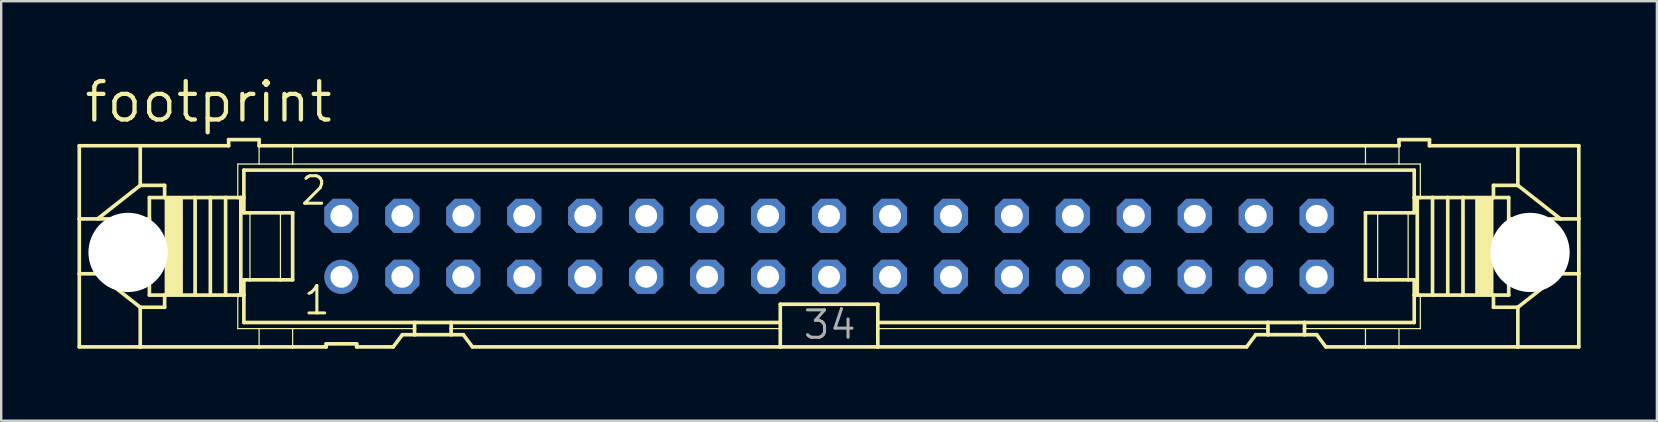
<source format=kicad_pcb>
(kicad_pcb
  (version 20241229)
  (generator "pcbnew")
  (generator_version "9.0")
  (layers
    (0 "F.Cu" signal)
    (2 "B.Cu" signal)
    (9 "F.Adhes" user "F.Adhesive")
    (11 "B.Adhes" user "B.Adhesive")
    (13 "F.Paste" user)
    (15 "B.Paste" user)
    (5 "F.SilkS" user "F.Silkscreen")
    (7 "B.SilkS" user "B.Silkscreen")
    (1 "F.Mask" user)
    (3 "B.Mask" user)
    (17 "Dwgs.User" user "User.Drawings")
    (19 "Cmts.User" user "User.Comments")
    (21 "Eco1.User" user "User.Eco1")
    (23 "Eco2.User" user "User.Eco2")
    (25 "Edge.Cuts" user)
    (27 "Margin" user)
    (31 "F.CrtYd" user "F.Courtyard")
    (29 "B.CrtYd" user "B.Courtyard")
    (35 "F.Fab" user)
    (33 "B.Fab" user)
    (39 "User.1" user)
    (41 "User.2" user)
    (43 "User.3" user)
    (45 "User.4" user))
  (footprint "footprint"
    (layer "F.Cu")
    (at 31.496 7.214)
    (property "Reference" "footprint" (at -31.115 -5.08 0) (layer "F.SilkS") (effects (font (size 1.6 1.6) (thickness 0.178)) (justify left bottom)))
    (fp_line (start -31.242 -4.191) (end -31.242 -1.143) (stroke (width 0.152) (type solid)) (layer "F.SilkS"))
    (fp_line (start -31.242 -4.191) (end -28.702 -4.191) (stroke (width 0.152) (type solid)) (layer "F.SilkS"))
    (fp_line (start -31.242 -1.143) (end -31.242 1.143) (stroke (width 0.152) (type solid)) (layer "F.SilkS"))
    (fp_line (start -31.242 -1.143) (end -30.48 -1.143) (stroke (width 0.152) (type solid)) (layer "F.SilkS"))
    (fp_line (start -31.242 1.143) (end -31.242 4.191) (stroke (width 0.152) (type solid)) (layer "F.SilkS"))
    (fp_line (start -31.242 1.143) (end -30.48 1.143) (stroke (width 0.152) (type solid)) (layer "F.SilkS"))
    (fp_line (start -30.48 -1.143) (end -28.321 -1.143) (stroke (width 0.152) (type solid)) (layer "F.SilkS"))
    (fp_line (start -30.48 1.143) (end -28.321 1.143) (stroke (width 0.152) (type solid)) (layer "F.SilkS"))
    (fp_line (start -28.702 -4.191) (end -28.702 -2.54) (stroke (width 0.152) (type solid)) (layer "F.SilkS"))
    (fp_line (start -28.702 -2.54) (end -30.48 -1.143) (stroke (width 0.152) (type solid)) (layer "F.SilkS"))
    (fp_line (start -28.702 2.54) (end -30.48 1.143) (stroke (width 0.152) (type solid)) (layer "F.SilkS"))
    (fp_line (start -28.702 2.54) (end -28.702 4.191) (stroke (width 0.152) (type solid)) (layer "F.SilkS"))
    (fp_line (start -28.702 4.191) (end -31.242 4.191) (stroke (width 0.152) (type solid)) (layer "F.SilkS"))
    (fp_line (start -28.321 -1.143) (end -28.321 -2.032) (stroke (width 0.152) (type solid)) (layer "F.SilkS"))
    (fp_line (start -28.321 1.143) (end -28.321 -1.143) (stroke (width 0.152) (type solid)) (layer "F.SilkS"))
    (fp_line (start -28.321 2.032) (end -28.321 1.143) (stroke (width 0.152) (type solid)) (layer "F.SilkS"))
    (fp_line (start -27.686 -2.54) (end -28.702 -2.54) (stroke (width 0.152) (type solid)) (layer "F.SilkS"))
    (fp_line (start -27.686 -2.54) (end -27.686 -2.032) (stroke (width 0.152) (type solid)) (layer "F.SilkS"))
    (fp_line (start -27.686 -2.032) (end -28.321 -2.032) (stroke (width 0.152) (type solid)) (layer "F.SilkS"))
    (fp_line (start -27.686 2.032) (end -28.321 2.032) (stroke (width 0.152) (type solid)) (layer "F.SilkS"))
    (fp_line (start -27.686 2.032) (end -27.686 2.54) (stroke (width 0.152) (type solid)) (layer "F.SilkS"))
    (fp_line (start -27.686 2.54) (end -28.702 2.54) (stroke (width 0.152) (type solid)) (layer "F.SilkS"))
    (fp_line (start -26.416 -2.032) (end -27.686 -2.032) (stroke (width 0.152) (type solid)) (layer "F.SilkS"))
    (fp_line (start -26.416 2.032) (end -27.686 2.032) (stroke (width 0.152) (type solid)) (layer "F.SilkS"))
    (fp_line (start -26.416 2.032) (end -26.416 -2.032) (stroke (width 0.152) (type solid)) (layer "F.SilkS"))
    (fp_line (start -25.781 -2.032) (end -26.416 -2.032) (stroke (width 0.152) (type solid)) (layer "F.SilkS"))
    (fp_line (start -25.781 2.032) (end -26.416 2.032) (stroke (width 0.152) (type solid)) (layer "F.SilkS"))
    (fp_line (start -25.781 2.032) (end -25.781 -2.032) (stroke (width 0.152) (type solid)) (layer "F.SilkS"))
    (fp_line (start -25.146 -2.032) (end -25.781 -2.032) (stroke (width 0.152) (type solid)) (layer "F.SilkS"))
    (fp_line (start -25.146 2.032) (end -25.781 2.032) (stroke (width 0.152) (type solid)) (layer "F.SilkS"))
    (fp_line (start -25.146 2.032) (end -25.146 -2.032) (stroke (width 0.152) (type solid)) (layer "F.SilkS"))
    (fp_line (start -25.019 -4.445) (end -25.019 -4.191) (stroke (width 0.152) (type solid)) (layer "F.SilkS"))
    (fp_line (start -25.019 -4.445) (end -23.749 -4.445) (stroke (width 0.152) (type solid)) (layer "F.SilkS"))
    (fp_line (start -25.019 -4.191) (end -28.702 -4.191) (stroke (width 0.152) (type solid)) (layer "F.SilkS"))
    (fp_line (start -24.638 -3.429) (end -24.638 -2.032) (stroke (width 0.051) (type solid)) (layer "F.SilkS"))
    (fp_line (start -24.638 -2.032) (end -25.146 -2.032) (stroke (width 0.152) (type solid)) (layer "F.SilkS"))
    (fp_line (start -24.638 2.032) (end -25.146 2.032) (stroke (width 0.152) (type solid)) (layer "F.SilkS"))
    (fp_line (start -24.638 3.429) (end -24.638 2.032) (stroke (width 0.051) (type solid)) (layer "F.SilkS"))
    (fp_line (start -24.511 -2.032) (end -24.638 -2.032) (stroke (width 0.152) (type solid)) (layer "F.SilkS"))
    (fp_line (start -24.511 2.032) (end -24.638 2.032) (stroke (width 0.152) (type solid)) (layer "F.SilkS"))
    (fp_line (start -24.511 2.032) (end -24.511 -2.032) (stroke (width 0.152) (type solid)) (layer "F.SilkS"))
    (fp_line (start -24.384 -3.175) (end 24.384 -3.175) (stroke (width 0.152) (type solid)) (layer "F.SilkS"))
    (fp_line (start -24.384 -2.032) (end -24.511 -2.032) (stroke (width 0.152) (type solid)) (layer "F.SilkS"))
    (fp_line (start -24.384 -2.032) (end -24.384 -3.175) (stroke (width 0.152) (type solid)) (layer "F.SilkS"))
    (fp_line (start -24.384 -1.397) (end -24.384 -2.032) (stroke (width 0.152) (type solid)) (layer "F.SilkS"))
    (fp_line (start -24.384 -1.397) (end -24.13 -1.397) (stroke (width 0.152) (type solid)) (layer "F.SilkS"))
    (fp_line (start -24.384 2.032) (end -24.511 2.032) (stroke (width 0.152) (type solid)) (layer "F.SilkS"))
    (fp_line (start -24.384 2.032) (end -24.384 1.397) (stroke (width 0.152) (type solid)) (layer "F.SilkS"))
    (fp_line (start -24.384 3.175) (end -24.384 2.032) (stroke (width 0.152) (type solid)) (layer "F.SilkS"))
    (fp_line (start -24.13 -1.397) (end -22.86 -1.397) (stroke (width 0.152) (type solid)) (layer "F.SilkS"))
    (fp_line (start -24.13 1.397) (end -24.384 1.397) (stroke (width 0.152) (type solid)) (layer "F.SilkS"))
    (fp_line (start -24.13 1.397) (end -24.13 -1.397) (stroke (width 0.051) (type solid)) (layer "F.SilkS"))
    (fp_line (start -23.749 -4.445) (end -23.749 -4.191) (stroke (width 0.152) (type solid)) (layer "F.SilkS"))
    (fp_line (start -23.749 -3.429) (end -24.638 -3.429) (stroke (width 0.051) (type solid)) (layer "F.SilkS"))
    (fp_line (start -23.749 -3.429) (end -23.749 -4.191) (stroke (width 0.051) (type solid)) (layer "F.SilkS"))
    (fp_line (start -23.749 -3.429) (end -22.352 -3.429) (stroke (width 0.051) (type solid)) (layer "F.SilkS"))
    (fp_line (start -23.749 3.429) (end -24.638 3.429) (stroke (width 0.051) (type solid)) (layer "F.SilkS"))
    (fp_line (start -23.749 4.191) (end -28.702 4.191) (stroke (width 0.152) (type solid)) (layer "F.SilkS"))
    (fp_line (start -23.749 4.191) (end -23.749 3.429) (stroke (width 0.051) (type solid)) (layer "F.SilkS"))
    (fp_line (start -22.86 -1.397) (end -22.352 -1.397) (stroke (width 0.152) (type solid)) (layer "F.SilkS"))
    (fp_line (start -22.86 1.397) (end -24.13 1.397) (stroke (width 0.152) (type solid)) (layer "F.SilkS"))
    (fp_line (start -22.86 1.397) (end -22.86 -1.397) (stroke (width 0.051) (type solid)) (layer "F.SilkS"))
    (fp_line (start -22.352 -4.191) (end -23.749 -4.191) (stroke (width 0.152) (type solid)) (layer "F.SilkS"))
    (fp_line (start -22.352 -4.191) (end 22.352 -4.191) (stroke (width 0.152) (type solid)) (layer "F.SilkS"))
    (fp_line (start -22.352 -3.429) (end -22.352 -4.191) (stroke (width 0.051) (type solid)) (layer "F.SilkS"))
    (fp_line (start -22.352 -3.429) (end 22.352 -3.429) (stroke (width 0.051) (type solid)) (layer "F.SilkS"))
    (fp_line (start -22.352 1.397) (end -22.86 1.397) (stroke (width 0.152) (type solid)) (layer "F.SilkS"))
    (fp_line (start -22.352 1.397) (end -22.352 -1.397) (stroke (width 0.152) (type solid)) (layer "F.SilkS"))
    (fp_line (start -22.352 3.429) (end -23.749 3.429) (stroke (width 0.051) (type solid)) (layer "F.SilkS"))
    (fp_line (start -22.352 4.191) (end -23.749 4.191) (stroke (width 0.152) (type solid)) (layer "F.SilkS"))
    (fp_line (start -22.352 4.191) (end -22.352 3.429) (stroke (width 0.051) (type solid)) (layer "F.SilkS"))
    (fp_line (start -20.955 4.191) (end -22.352 4.191) (stroke (width 0.152) (type solid)) (layer "F.SilkS"))
    (fp_line (start -20.955 4.191) (end -20.955 4.064) (stroke (width 0.152) (type solid)) (layer "F.SilkS"))
    (fp_line (start -19.685 4.064) (end -20.955 4.064) (stroke (width 0.152) (type solid)) (layer "F.SilkS"))
    (fp_line (start -19.685 4.064) (end -19.685 4.191) (stroke (width 0.152) (type solid)) (layer "F.SilkS"))
    (fp_line (start -18.161 4.191) (end -19.685 4.191) (stroke (width 0.152) (type solid)) (layer "F.SilkS"))
    (fp_line (start -18.161 4.191) (end -17.78 3.683) (stroke (width 0.152) (type solid)) (layer "F.SilkS"))
    (fp_line (start -17.272 3.175) (end -24.384 3.175) (stroke (width 0.152) (type solid)) (layer "F.SilkS"))
    (fp_line (start -17.272 3.175) (end -17.272 3.429) (stroke (width 0.152) (type solid)) (layer "F.SilkS"))
    (fp_line (start -17.272 3.429) (end -22.352 3.429) (stroke (width 0.051) (type solid)) (layer "F.SilkS"))
    (fp_line (start -17.272 3.429) (end -17.272 3.683) (stroke (width 0.152) (type solid)) (layer "F.SilkS"))
    (fp_line (start -17.272 3.683) (end -17.78 3.683) (stroke (width 0.152) (type solid)) (layer "F.SilkS"))
    (fp_line (start -15.748 3.175) (end -17.272 3.175) (stroke (width 0.152) (type solid)) (layer "F.SilkS"))
    (fp_line (start -15.748 3.175) (end -15.748 3.429) (stroke (width 0.152) (type solid)) (layer "F.SilkS"))
    (fp_line (start -15.748 3.429) (end -15.748 3.683) (stroke (width 0.152) (type solid)) (layer "F.SilkS"))
    (fp_line (start -15.748 3.683) (end -17.272 3.683) (stroke (width 0.152) (type solid)) (layer "F.SilkS"))
    (fp_line (start -15.24 3.683) (end -15.748 3.683) (stroke (width 0.152) (type solid)) (layer "F.SilkS"))
    (fp_line (start -15.24 3.683) (end -14.859 4.191) (stroke (width 0.152) (type solid)) (layer "F.SilkS"))
    (fp_line (start -2.032 3.175) (end -15.748 3.175) (stroke (width 0.152) (type solid)) (layer "F.SilkS"))
    (fp_line (start -2.032 3.175) (end -2.032 2.413) (stroke (width 0.152) (type solid)) (layer "F.SilkS"))
    (fp_line (start -2.032 3.175) (end -2.032 3.429) (stroke (width 0.152) (type solid)) (layer "F.SilkS"))
    (fp_line (start -2.032 3.429) (end -15.748 3.429) (stroke (width 0.051) (type solid)) (layer "F.SilkS"))
    (fp_line (start -2.032 3.429) (end -2.032 4.191) (stroke (width 0.152) (type solid)) (layer "F.SilkS"))
    (fp_line (start -2.032 4.191) (end -14.859 4.191) (stroke (width 0.152) (type solid)) (layer "F.SilkS"))
    (fp_line (start 2.032 2.413) (end -2.032 2.413) (stroke (width 0.152) (type solid)) (layer "F.SilkS"))
    (fp_line (start 2.032 2.413) (end 2.032 3.175) (stroke (width 0.152) (type solid)) (layer "F.SilkS"))
    (fp_line (start 2.032 3.175) (end 2.032 3.429) (stroke (width 0.152) (type solid)) (layer "F.SilkS"))
    (fp_line (start 2.032 3.429) (end 2.032 4.191) (stroke (width 0.152) (type solid)) (layer "F.SilkS"))
    (fp_line (start 2.032 4.191) (end -2.032 4.191) (stroke (width 0.152) (type solid)) (layer "F.SilkS"))
    (fp_line (start 17.399 4.191) (end 2.032 4.191) (stroke (width 0.152) (type solid)) (layer "F.SilkS"))
    (fp_line (start 17.399 4.191) (end 17.78 3.683) (stroke (width 0.152) (type solid)) (layer "F.SilkS"))
    (fp_line (start 18.288 3.175) (end 2.032 3.175) (stroke (width 0.152) (type solid)) (layer "F.SilkS"))
    (fp_line (start 18.288 3.175) (end 18.288 3.429) (stroke (width 0.152) (type solid)) (layer "F.SilkS"))
    (fp_line (start 18.288 3.429) (end 2.032 3.429) (stroke (width 0.051) (type solid)) (layer "F.SilkS"))
    (fp_line (start 18.288 3.429) (end 18.288 3.683) (stroke (width 0.152) (type solid)) (layer "F.SilkS"))
    (fp_line (start 18.288 3.683) (end 17.78 3.683) (stroke (width 0.152) (type solid)) (layer "F.SilkS"))
    (fp_line (start 19.812 3.175) (end 18.288 3.175) (stroke (width 0.152) (type solid)) (layer "F.SilkS"))
    (fp_line (start 19.812 3.175) (end 19.812 3.429) (stroke (width 0.152) (type solid)) (layer "F.SilkS"))
    (fp_line (start 19.812 3.429) (end 19.812 3.683) (stroke (width 0.152) (type solid)) (layer "F.SilkS"))
    (fp_line (start 19.812 3.429) (end 22.352 3.429) (stroke (width 0.051) (type solid)) (layer "F.SilkS"))
    (fp_line (start 19.812 3.683) (end 18.288 3.683) (stroke (width 0.152) (type solid)) (layer "F.SilkS"))
    (fp_line (start 20.32 3.683) (end 19.812 3.683) (stroke (width 0.152) (type solid)) (layer "F.SilkS"))
    (fp_line (start 20.32 3.683) (end 20.701 4.191) (stroke (width 0.152) (type solid)) (layer "F.SilkS"))
    (fp_line (start 22.352 -4.191) (end 22.352 -3.429) (stroke (width 0.051) (type solid)) (layer "F.SilkS"))
    (fp_line (start 22.352 -4.191) (end 23.749 -4.191) (stroke (width 0.152) (type solid)) (layer "F.SilkS"))
    (fp_line (start 22.352 -1.397) (end 22.352 1.397) (stroke (width 0.152) (type solid)) (layer "F.SilkS"))
    (fp_line (start 22.352 -1.397) (end 22.86 -1.397) (stroke (width 0.152) (type solid)) (layer "F.SilkS"))
    (fp_line (start 22.352 3.429) (end 22.352 4.191) (stroke (width 0.051) (type solid)) (layer "F.SilkS"))
    (fp_line (start 22.352 3.429) (end 23.749 3.429) (stroke (width 0.051) (type solid)) (layer "F.SilkS"))
    (fp_line (start 22.352 4.191) (end 20.701 4.191) (stroke (width 0.152) (type solid)) (layer "F.SilkS"))
    (fp_line (start 22.86 -1.397) (end 22.86 1.397) (stroke (width 0.051) (type solid)) (layer "F.SilkS"))
    (fp_line (start 22.86 -1.397) (end 24.13 -1.397) (stroke (width 0.152) (type solid)) (layer "F.SilkS"))
    (fp_line (start 22.86 1.397) (end 22.352 1.397) (stroke (width 0.152) (type solid)) (layer "F.SilkS"))
    (fp_line (start 23.749 -4.191) (end 23.749 -4.445) (stroke (width 0.152) (type solid)) (layer "F.SilkS"))
    (fp_line (start 23.749 -4.191) (end 23.749 -3.429) (stroke (width 0.051) (type solid)) (layer "F.SilkS"))
    (fp_line (start 23.749 -3.429) (end 22.352 -3.429) (stroke (width 0.051) (type solid)) (layer "F.SilkS"))
    (fp_line (start 23.749 -3.429) (end 24.638 -3.429) (stroke (width 0.051) (type solid)) (layer "F.SilkS"))
    (fp_line (start 23.749 3.429) (end 23.749 4.191) (stroke (width 0.051) (type solid)) (layer "F.SilkS"))
    (fp_line (start 23.749 3.429) (end 24.638 3.429) (stroke (width 0.051) (type solid)) (layer "F.SilkS"))
    (fp_line (start 23.749 4.191) (end 22.352 4.191) (stroke (width 0.152) (type solid)) (layer "F.SilkS"))
    (fp_line (start 24.13 -1.397) (end 24.13 1.397) (stroke (width 0.051) (type solid)) (layer "F.SilkS"))
    (fp_line (start 24.13 -1.397) (end 24.384 -1.397) (stroke (width 0.152) (type solid)) (layer "F.SilkS"))
    (fp_line (start 24.13 1.397) (end 22.86 1.397) (stroke (width 0.152) (type solid)) (layer "F.SilkS"))
    (fp_line (start 24.384 -3.175) (end 24.384 -2.032) (stroke (width 0.152) (type solid)) (layer "F.SilkS"))
    (fp_line (start 24.384 -2.032) (end 24.384 -1.397) (stroke (width 0.152) (type solid)) (layer "F.SilkS"))
    (fp_line (start 24.384 -2.032) (end 24.511 -2.032) (stroke (width 0.152) (type solid)) (layer "F.SilkS"))
    (fp_line (start 24.384 1.397) (end 24.13 1.397) (stroke (width 0.152) (type solid)) (layer "F.SilkS"))
    (fp_line (start 24.384 1.397) (end 24.384 2.032) (stroke (width 0.152) (type solid)) (layer "F.SilkS"))
    (fp_line (start 24.384 2.032) (end 24.384 3.175) (stroke (width 0.152) (type solid)) (layer "F.SilkS"))
    (fp_line (start 24.384 2.032) (end 24.511 2.032) (stroke (width 0.152) (type solid)) (layer "F.SilkS"))
    (fp_line (start 24.384 3.175) (end 19.812 3.175) (stroke (width 0.152) (type solid)) (layer "F.SilkS"))
    (fp_line (start 24.511 -2.032) (end 24.511 2.032) (stroke (width 0.152) (type solid)) (layer "F.SilkS"))
    (fp_line (start 24.511 -2.032) (end 24.638 -2.032) (stroke (width 0.152) (type solid)) (layer "F.SilkS"))
    (fp_line (start 24.511 2.032) (end 24.638 2.032) (stroke (width 0.152) (type solid)) (layer "F.SilkS"))
    (fp_line (start 24.638 -3.429) (end 24.638 -2.032) (stroke (width 0.051) (type solid)) (layer "F.SilkS"))
    (fp_line (start 24.638 -2.032) (end 25.146 -2.032) (stroke (width 0.152) (type solid)) (layer "F.SilkS"))
    (fp_line (start 24.638 2.032) (end 25.146 2.032) (stroke (width 0.152) (type solid)) (layer "F.SilkS"))
    (fp_line (start 24.638 3.429) (end 24.638 2.032) (stroke (width 0.051) (type solid)) (layer "F.SilkS"))
    (fp_line (start 25.019 -4.445) (end 23.749 -4.445) (stroke (width 0.152) (type solid)) (layer "F.SilkS"))
    (fp_line (start 25.019 -4.191) (end 25.019 -4.445) (stroke (width 0.152) (type solid)) (layer "F.SilkS"))
    (fp_line (start 25.019 -4.191) (end 28.702 -4.191) (stroke (width 0.152) (type solid)) (layer "F.SilkS"))
    (fp_line (start 25.146 -2.032) (end 25.146 2.032) (stroke (width 0.152) (type solid)) (layer "F.SilkS"))
    (fp_line (start 25.146 -2.032) (end 25.781 -2.032) (stroke (width 0.152) (type solid)) (layer "F.SilkS"))
    (fp_line (start 25.146 2.032) (end 25.781 2.032) (stroke (width 0.152) (type solid)) (layer "F.SilkS"))
    (fp_line (start 25.781 -2.032) (end 25.781 2.032) (stroke (width 0.152) (type solid)) (layer "F.SilkS"))
    (fp_line (start 25.781 -2.032) (end 26.416 -2.032) (stroke (width 0.152) (type solid)) (layer "F.SilkS"))
    (fp_line (start 25.781 2.032) (end 26.416 2.032) (stroke (width 0.152) (type solid)) (layer "F.SilkS"))
    (fp_line (start 26.416 -2.032) (end 26.416 2.032) (stroke (width 0.152) (type solid)) (layer "F.SilkS"))
    (fp_line (start 26.416 -2.032) (end 27.686 -2.032) (stroke (width 0.152) (type solid)) (layer "F.SilkS"))
    (fp_line (start 26.416 2.032) (end 27.686 2.032) (stroke (width 0.152) (type solid)) (layer "F.SilkS"))
    (fp_line (start 27.686 -2.54) (end 28.702 -2.54) (stroke (width 0.152) (type solid)) (layer "F.SilkS"))
    (fp_line (start 27.686 -2.032) (end 27.686 -2.54) (stroke (width 0.152) (type solid)) (layer "F.SilkS"))
    (fp_line (start 27.686 -2.032) (end 28.321 -2.032) (stroke (width 0.152) (type solid)) (layer "F.SilkS"))
    (fp_line (start 27.686 2.032) (end 28.321 2.032) (stroke (width 0.152) (type solid)) (layer "F.SilkS"))
    (fp_line (start 27.686 2.54) (end 27.686 2.032) (stroke (width 0.152) (type solid)) (layer "F.SilkS"))
    (fp_line (start 27.686 2.54) (end 28.702 2.54) (stroke (width 0.152) (type solid)) (layer "F.SilkS"))
    (fp_line (start 28.321 -2.032) (end 28.321 -1.143) (stroke (width 0.152) (type solid)) (layer "F.SilkS"))
    (fp_line (start 28.321 -1.143) (end 28.321 1.143) (stroke (width 0.152) (type solid)) (layer "F.SilkS"))
    (fp_line (start 28.321 1.143) (end 28.321 2.032) (stroke (width 0.152) (type solid)) (layer "F.SilkS"))
    (fp_line (start 28.702 -4.191) (end 31.242 -4.191) (stroke (width 0.152) (type solid)) (layer "F.SilkS"))
    (fp_line (start 28.702 -2.54) (end 28.702 -4.191) (stroke (width 0.152) (type solid)) (layer "F.SilkS"))
    (fp_line (start 28.702 -2.54) (end 30.48 -1.143) (stroke (width 0.152) (type solid)) (layer "F.SilkS"))
    (fp_line (start 28.702 2.54) (end 30.48 1.143) (stroke (width 0.152) (type solid)) (layer "F.SilkS"))
    (fp_line (start 28.702 4.191) (end 23.749 4.191) (stroke (width 0.152) (type solid)) (layer "F.SilkS"))
    (fp_line (start 28.702 4.191) (end 28.702 2.54) (stroke (width 0.152) (type solid)) (layer "F.SilkS"))
    (fp_line (start 30.48 -1.143) (end 28.321 -1.143) (stroke (width 0.152) (type solid)) (layer "F.SilkS"))
    (fp_line (start 30.48 1.143) (end 28.321 1.143) (stroke (width 0.152) (type solid)) (layer "F.SilkS"))
    (fp_line (start 31.242 -1.143) (end 30.48 -1.143) (stroke (width 0.152) (type solid)) (layer "F.SilkS"))
    (fp_line (start 31.242 -1.143) (end 31.242 -4.191) (stroke (width 0.152) (type solid)) (layer "F.SilkS"))
    (fp_line (start 31.242 1.143) (end 30.48 1.143) (stroke (width 0.152) (type solid)) (layer "F.SilkS"))
    (fp_line (start 31.242 1.143) (end 31.242 -1.143) (stroke (width 0.152) (type solid)) (layer "F.SilkS"))
    (fp_line (start 31.242 4.191) (end 28.702 4.191) (stroke (width 0.152) (type solid)) (layer "F.SilkS"))
    (fp_line (start 31.242 4.191) (end 31.242 1.143) (stroke (width 0.152) (type solid)) (layer "F.SilkS"))
    (fp_poly (pts (xy -27.686 2.032) (xy -26.924 2.032) (xy -26.924 -2.032) (xy -27.686 -2.032)) (stroke (width 0) (type solid)) (fill yes) (layer "F.SilkS"))
    (fp_poly (pts (xy 26.924 2.032) (xy 27.686 2.032) (xy 27.686 -2.032) (xy 26.924 -2.032)) (stroke (width 0) (type solid)) (fill yes) (layer "F.SilkS"))
    (fp_poly (pts (xy -30.48 0.381) (xy -28.702 0.381) (xy -28.702 -0.381) (xy -30.48 -0.381)) (stroke (width 0.1) (type solid)) (fill no) (layer "F.Fab"))
    (fp_poly (pts (xy -20.574 -1.016) (xy -20.066 -1.016) (xy -20.066 -1.524) (xy -20.574 -1.524)) (stroke (width 0.1) (type solid)) (fill no) (layer "F.Fab"))
    (fp_poly (pts (xy -20.574 1.524) (xy -20.066 1.524) (xy -20.066 1.016) (xy -20.574 1.016)) (stroke (width 0.1) (type solid)) (fill no) (layer "F.Fab"))
    (fp_poly (pts (xy -18.034 -1.016) (xy -17.526 -1.016) (xy -17.526 -1.524) (xy -18.034 -1.524)) (stroke (width 0.1) (type solid)) (fill no) (layer "F.Fab"))
    (fp_poly (pts (xy -18.034 1.524) (xy -17.526 1.524) (xy -17.526 1.016) (xy -18.034 1.016)) (stroke (width 0.1) (type solid)) (fill no) (layer "F.Fab"))
    (fp_poly (pts (xy -15.494 -1.016) (xy -14.986 -1.016) (xy -14.986 -1.524) (xy -15.494 -1.524)) (stroke (width 0.1) (type solid)) (fill no) (layer "F.Fab"))
    (fp_poly (pts (xy -15.494 1.524) (xy -14.986 1.524) (xy -14.986 1.016) (xy -15.494 1.016)) (stroke (width 0.1) (type solid)) (fill no) (layer "F.Fab"))
    (fp_poly (pts (xy -12.954 -1.016) (xy -12.446 -1.016) (xy -12.446 -1.524) (xy -12.954 -1.524)) (stroke (width 0.1) (type solid)) (fill no) (layer "F.Fab"))
    (fp_poly (pts (xy -12.954 1.524) (xy -12.446 1.524) (xy -12.446 1.016) (xy -12.954 1.016)) (stroke (width 0.1) (type solid)) (fill no) (layer "F.Fab"))
    (fp_poly (pts (xy -10.414 -1.016) (xy -9.906 -1.016) (xy -9.906 -1.524) (xy -10.414 -1.524)) (stroke (width 0.1) (type solid)) (fill no) (layer "F.Fab"))
    (fp_poly (pts (xy -10.414 1.524) (xy -9.906 1.524) (xy -9.906 1.016) (xy -10.414 1.016)) (stroke (width 0.1) (type solid)) (fill no) (layer "F.Fab"))
    (fp_poly (pts (xy -7.874 -1.016) (xy -7.366 -1.016) (xy -7.366 -1.524) (xy -7.874 -1.524)) (stroke (width 0.1) (type solid)) (fill no) (layer "F.Fab"))
    (fp_poly (pts (xy -7.874 1.524) (xy -7.366 1.524) (xy -7.366 1.016) (xy -7.874 1.016)) (stroke (width 0.1) (type solid)) (fill no) (layer "F.Fab"))
    (fp_poly (pts (xy -5.334 -1.016) (xy -4.826 -1.016) (xy -4.826 -1.524) (xy -5.334 -1.524)) (stroke (width 0.1) (type solid)) (fill no) (layer "F.Fab"))
    (fp_poly (pts (xy -5.334 1.524) (xy -4.826 1.524) (xy -4.826 1.016) (xy -5.334 1.016)) (stroke (width 0.1) (type solid)) (fill no) (layer "F.Fab"))
    (fp_poly (pts (xy -2.794 -1.016) (xy -2.286 -1.016) (xy -2.286 -1.524) (xy -2.794 -1.524)) (stroke (width 0.1) (type solid)) (fill no) (layer "F.Fab"))
    (fp_poly (pts (xy -2.794 1.524) (xy -2.286 1.524) (xy -2.286 1.016) (xy -2.794 1.016)) (stroke (width 0.1) (type solid)) (fill no) (layer "F.Fab"))
    (fp_poly (pts (xy -0.254 -1.016) (xy 0.254 -1.016) (xy 0.254 -1.524) (xy -0.254 -1.524)) (stroke (width 0.1) (type solid)) (fill no) (layer "F.Fab"))
    (fp_poly (pts (xy -0.254 1.524) (xy 0.254 1.524) (xy 0.254 1.016) (xy -0.254 1.016)) (stroke (width 0.1) (type solid)) (fill no) (layer "F.Fab"))
    (fp_poly (pts (xy 2.286 -1.016) (xy 2.794 -1.016) (xy 2.794 -1.524) (xy 2.286 -1.524)) (stroke (width 0.1) (type solid)) (fill no) (layer "F.Fab"))
    (fp_poly (pts (xy 2.286 1.524) (xy 2.794 1.524) (xy 2.794 1.016) (xy 2.286 1.016)) (stroke (width 0.1) (type solid)) (fill no) (layer "F.Fab"))
    (fp_poly (pts (xy 4.826 -1.016) (xy 5.334 -1.016) (xy 5.334 -1.524) (xy 4.826 -1.524)) (stroke (width 0.1) (type solid)) (fill no) (layer "F.Fab"))
    (fp_poly (pts (xy 4.826 1.524) (xy 5.334 1.524) (xy 5.334 1.016) (xy 4.826 1.016)) (stroke (width 0.1) (type solid)) (fill no) (layer "F.Fab"))
    (fp_poly (pts (xy 7.366 -1.016) (xy 7.874 -1.016) (xy 7.874 -1.524) (xy 7.366 -1.524)) (stroke (width 0.1) (type solid)) (fill no) (layer "F.Fab"))
    (fp_poly (pts (xy 7.366 1.524) (xy 7.874 1.524) (xy 7.874 1.016) (xy 7.366 1.016)) (stroke (width 0.1) (type solid)) (fill no) (layer "F.Fab"))
    (fp_poly (pts (xy 9.906 -1.016) (xy 10.414 -1.016) (xy 10.414 -1.524) (xy 9.906 -1.524)) (stroke (width 0.1) (type solid)) (fill no) (layer "F.Fab"))
    (fp_poly (pts (xy 9.906 1.524) (xy 10.414 1.524) (xy 10.414 1.016) (xy 9.906 1.016)) (stroke (width 0.1) (type solid)) (fill no) (layer "F.Fab"))
    (fp_poly (pts (xy 12.446 -1.016) (xy 12.954 -1.016) (xy 12.954 -1.524) (xy 12.446 -1.524)) (stroke (width 0.1) (type solid)) (fill no) (layer "F.Fab"))
    (fp_poly (pts (xy 12.446 1.524) (xy 12.954 1.524) (xy 12.954 1.016) (xy 12.446 1.016)) (stroke (width 0.1) (type solid)) (fill no) (layer "F.Fab"))
    (fp_poly (pts (xy 14.986 -1.016) (xy 15.494 -1.016) (xy 15.494 -1.524) (xy 14.986 -1.524)) (stroke (width 0.1) (type solid)) (fill no) (layer "F.Fab"))
    (fp_poly (pts (xy 14.986 1.524) (xy 15.494 1.524) (xy 15.494 1.016) (xy 14.986 1.016)) (stroke (width 0.1) (type solid)) (fill no) (layer "F.Fab"))
    (fp_poly (pts (xy 17.526 -1.016) (xy 18.034 -1.016) (xy 18.034 -1.524) (xy 17.526 -1.524)) (stroke (width 0.1) (type solid)) (fill no) (layer "F.Fab"))
    (fp_poly (pts (xy 17.526 1.524) (xy 18.034 1.524) (xy 18.034 1.016) (xy 17.526 1.016)) (stroke (width 0.1) (type solid)) (fill no) (layer "F.Fab"))
    (fp_poly (pts (xy 20.066 -1.016) (xy 20.574 -1.016) (xy 20.574 -1.524) (xy 20.066 -1.524)) (stroke (width 0.1) (type solid)) (fill no) (layer "F.Fab"))
    (fp_poly (pts (xy 20.066 1.524) (xy 20.574 1.524) (xy 20.574 1.016) (xy 20.066 1.016)) (stroke (width 0.1) (type solid)) (fill no) (layer "F.Fab"))
    (fp_poly (pts (xy 28.702 0.381) (xy 30.48 0.381) (xy 30.48 -0.381) (xy 28.702 -0.381)) (stroke (width 0.1) (type solid)) (fill no) (layer "F.Fab"))
    (fp_text user "1" (at -21.971 2.921 0) (layer "F.SilkS") (effects (font (size 1.143 1.143) (thickness 0.127)) (justify left bottom)))
    (fp_text user "2" (at -22.098 -1.651 0) (layer "F.SilkS") (effects (font (size 1.143 1.143) (thickness 0.127)) (justify left bottom)))
    (fp_text user "34" (at -1.143 3.937 0) (layer "F.Fab") (effects (font (size 1.143 1.143) (thickness 0.127)) (justify left bottom)))
    (pad "" np_thru_hole circle (at -29.21 0.254) (size 3.302 3.302) (drill 3.302) (layers "*.Cu" "*.Mask"))
    (pad "" np_thru_hole circle (at 29.21 0.254) (size 3.302 3.302) (drill 3.302) (layers "*.Cu" "*.Mask"))
    (pad "1" thru_hole circle (at -20.32 1.27) (size 1.422 1.422) (drill 0.914) (layers "*.Cu" "*.Mask"))
    (pad "2" thru_hole roundrect (at -20.32 -1.27) (size 1.422 1.422) (drill 0.914) (layers "*.Cu" "*.Mask") (roundrect_rratio 0.25) (chamfer_ratio 0.25) (chamfer top_left top_right bottom_left bottom_right))
    (pad "3" thru_hole roundrect (at -17.78 1.27) (size 1.422 1.422) (drill 0.914) (layers "*.Cu" "*.Mask") (roundrect_rratio 0.25) (chamfer_ratio 0.25) (chamfer top_left top_right bottom_left bottom_right))
    (pad "4" thru_hole roundrect (at -17.78 -1.27) (size 1.422 1.422) (drill 0.914) (layers "*.Cu" "*.Mask") (roundrect_rratio 0.25) (chamfer_ratio 0.25) (chamfer top_left top_right bottom_left bottom_right))
    (pad "5" thru_hole roundrect (at -15.24 1.27) (size 1.422 1.422) (drill 0.914) (layers "*.Cu" "*.Mask") (roundrect_rratio 0.25) (chamfer_ratio 0.25) (chamfer top_left top_right bottom_left bottom_right))
    (pad "6" thru_hole roundrect (at -15.24 -1.27) (size 1.422 1.422) (drill 0.914) (layers "*.Cu" "*.Mask") (roundrect_rratio 0.25) (chamfer_ratio 0.25) (chamfer top_left top_right bottom_left bottom_right))
    (pad "7" thru_hole roundrect (at -12.7 1.27) (size 1.422 1.422) (drill 0.914) (layers "*.Cu" "*.Mask") (roundrect_rratio 0.25) (chamfer_ratio 0.25) (chamfer top_left top_right bottom_left bottom_right))
    (pad "8" thru_hole roundrect (at -12.7 -1.27) (size 1.422 1.422) (drill 0.914) (layers "*.Cu" "*.Mask") (roundrect_rratio 0.25) (chamfer_ratio 0.25) (chamfer top_left top_right bottom_left bottom_right))
    (pad "9" thru_hole roundrect (at -10.16 1.27) (size 1.422 1.422) (drill 0.914) (layers "*.Cu" "*.Mask") (roundrect_rratio 0.25) (chamfer_ratio 0.25) (chamfer top_left top_right bottom_left bottom_right))
    (pad "10" thru_hole roundrect (at -10.16 -1.27) (size 1.422 1.422) (drill 0.914) (layers "*.Cu" "*.Mask") (roundrect_rratio 0.25) (chamfer_ratio 0.25) (chamfer top_left top_right bottom_left bottom_right))
    (pad "11" thru_hole roundrect (at -7.62 1.27) (size 1.422 1.422) (drill 0.914) (layers "*.Cu" "*.Mask") (roundrect_rratio 0.25) (chamfer_ratio 0.25) (chamfer top_left top_right bottom_left bottom_right))
    (pad "12" thru_hole roundrect (at -7.62 -1.27) (size 1.422 1.422) (drill 0.914) (layers "*.Cu" "*.Mask") (roundrect_rratio 0.25) (chamfer_ratio 0.25) (chamfer top_left top_right bottom_left bottom_right))
    (pad "13" thru_hole roundrect (at -5.08 1.27) (size 1.422 1.422) (drill 0.914) (layers "*.Cu" "*.Mask") (roundrect_rratio 0.25) (chamfer_ratio 0.25) (chamfer top_left top_right bottom_left bottom_right))
    (pad "14" thru_hole roundrect (at -5.08 -1.27) (size 1.422 1.422) (drill 0.914) (layers "*.Cu" "*.Mask") (roundrect_rratio 0.25) (chamfer_ratio 0.25) (chamfer top_left top_right bottom_left bottom_right))
    (pad "15" thru_hole roundrect (at -2.54 1.27) (size 1.422 1.422) (drill 0.914) (layers "*.Cu" "*.Mask") (roundrect_rratio 0.25) (chamfer_ratio 0.25) (chamfer top_left top_right bottom_left bottom_right))
    (pad "16" thru_hole roundrect (at -2.54 -1.27) (size 1.422 1.422) (drill 0.914) (layers "*.Cu" "*.Mask") (roundrect_rratio 0.25) (chamfer_ratio 0.25) (chamfer top_left top_right bottom_left bottom_right))
    (pad "17" thru_hole roundrect (at 0 1.27) (size 1.422 1.422) (drill 0.914) (layers "*.Cu" "*.Mask") (roundrect_rratio 0.25) (chamfer_ratio 0.25) (chamfer top_left top_right bottom_left bottom_right))
    (pad "18" thru_hole roundrect (at 0 -1.27) (size 1.422 1.422) (drill 0.914) (layers "*.Cu" "*.Mask") (roundrect_rratio 0.25) (chamfer_ratio 0.25) (chamfer top_left top_right bottom_left bottom_right))
    (pad "19" thru_hole roundrect (at 2.54 1.27) (size 1.422 1.422) (drill 0.914) (layers "*.Cu" "*.Mask") (roundrect_rratio 0.25) (chamfer_ratio 0.25) (chamfer top_left top_right bottom_left bottom_right))
    (pad "20" thru_hole roundrect (at 2.54 -1.27) (size 1.422 1.422) (drill 0.914) (layers "*.Cu" "*.Mask") (roundrect_rratio 0.25) (chamfer_ratio 0.25) (chamfer top_left top_right bottom_left bottom_right))
    (pad "21" thru_hole roundrect (at 5.08 1.27) (size 1.422 1.422) (drill 0.914) (layers "*.Cu" "*.Mask") (roundrect_rratio 0.25) (chamfer_ratio 0.25) (chamfer top_left top_right bottom_left bottom_right))
    (pad "22" thru_hole roundrect (at 5.08 -1.27) (size 1.422 1.422) (drill 0.914) (layers "*.Cu" "*.Mask") (roundrect_rratio 0.25) (chamfer_ratio 0.25) (chamfer top_left top_right bottom_left bottom_right))
    (pad "23" thru_hole roundrect (at 7.62 1.27) (size 1.422 1.422) (drill 0.914) (layers "*.Cu" "*.Mask") (roundrect_rratio 0.25) (chamfer_ratio 0.25) (chamfer top_left top_right bottom_left bottom_right))
    (pad "24" thru_hole roundrect (at 7.62 -1.27) (size 1.422 1.422) (drill 0.914) (layers "*.Cu" "*.Mask") (roundrect_rratio 0.25) (chamfer_ratio 0.25) (chamfer top_left top_right bottom_left bottom_right))
    (pad "25" thru_hole roundrect (at 10.16 1.27) (size 1.422 1.422) (drill 0.914) (layers "*.Cu" "*.Mask") (roundrect_rratio 0.25) (chamfer_ratio 0.25) (chamfer top_left top_right bottom_left bottom_right))
    (pad "26" thru_hole roundrect (at 10.16 -1.27) (size 1.422 1.422) (drill 0.914) (layers "*.Cu" "*.Mask") (roundrect_rratio 0.25) (chamfer_ratio 0.25) (chamfer top_left top_right bottom_left bottom_right))
    (pad "27" thru_hole roundrect (at 12.7 1.27) (size 1.422 1.422) (drill 0.914) (layers "*.Cu" "*.Mask") (roundrect_rratio 0.25) (chamfer_ratio 0.25) (chamfer top_left top_right bottom_left bottom_right))
    (pad "28" thru_hole roundrect (at 12.7 -1.27) (size 1.422 1.422) (drill 0.914) (layers "*.Cu" "*.Mask") (roundrect_rratio 0.25) (chamfer_ratio 0.25) (chamfer top_left top_right bottom_left bottom_right))
    (pad "29" thru_hole roundrect (at 15.24 1.27) (size 1.422 1.422) (drill 0.914) (layers "*.Cu" "*.Mask") (roundrect_rratio 0.25) (chamfer_ratio 0.25) (chamfer top_left top_right bottom_left bottom_right))
    (pad "30" thru_hole roundrect (at 15.24 -1.27) (size 1.422 1.422) (drill 0.914) (layers "*.Cu" "*.Mask") (roundrect_rratio 0.25) (chamfer_ratio 0.25) (chamfer top_left top_right bottom_left bottom_right))
    (pad "31" thru_hole roundrect (at 17.78 1.27) (size 1.422 1.422) (drill 0.914) (layers "*.Cu" "*.Mask") (roundrect_rratio 0.25) (chamfer_ratio 0.25) (chamfer top_left top_right bottom_left bottom_right))
    (pad "32" thru_hole roundrect (at 17.78 -1.27) (size 1.422 1.422) (drill 0.914) (layers "*.Cu" "*.Mask") (roundrect_rratio 0.25) (chamfer_ratio 0.25) (chamfer top_left top_right bottom_left bottom_right))
    (pad "33" thru_hole roundrect (at 20.32 1.27) (size 1.422 1.422) (drill 0.914) (layers "*.Cu" "*.Mask") (roundrect_rratio 0.25) (chamfer_ratio 0.25) (chamfer top_left top_right bottom_left bottom_right))
    (pad "34" thru_hole roundrect (at 20.32 -1.27) (size 1.422 1.422) (drill 0.914) (layers "*.Cu" "*.Mask") (roundrect_rratio 0.25) (chamfer_ratio 0.25) (chamfer top_left top_right bottom_left bottom_right))
    (zone (net_name "") (layers "F.Cu" "B.Cu") (hatch edge 0.508) (connect_pads) (min_thickness 0.254) (filled_areas_thickness no) (keepout (tracks allowed) (vias not_allowed) (pads allowed) (copperpour allowed) (footprints allowed)) (placement (enabled no)) (fill) (polygon (pts (xy 4.572 7.468) (xy 4.537 7.071) (xy 4.434 6.686) (xy 4.266 6.325) (xy 4.037 5.998) (xy 3.755 5.716) (xy 3.429 5.488) (xy 3.068 5.319) (xy 2.683 5.216) (xy 2.286 5.182) (xy 1.889 5.216) (xy 1.504 5.319) (xy 1.143 5.488) (xy 0.817 5.716) (xy 0.535 5.998) (xy 0.306 6.325) (xy 0.138 6.686) (xy 0.035 7.071) (xy 0 7.468) (xy 0.035 7.865) (xy 0.138 8.249) (xy 0.306 8.611) (xy 0.535 8.937) (xy 0.817 9.219) (xy 1.143 9.447) (xy 1.504 9.616) (xy 1.889 9.719) (xy 2.286 9.754) (xy 2.683 9.719) (xy 3.068 9.616) (xy 3.429 9.447) (xy 3.755 9.219) (xy 4.037 8.937) (xy 4.266 8.611) (xy 4.434 8.249) (xy 4.537 7.865))))
    (zone (net_name "") (layers "F.Cu" "B.Cu") (hatch edge 0.508) (connect_pads) (min_thickness 0.254) (filled_areas_thickness no) (keepout (tracks allowed) (vias not_allowed) (pads allowed) (copperpour allowed) (footprints allowed)) (placement (enabled no)) (fill) (polygon (pts (xy 62.992 7.468) (xy 62.957 7.071) (xy 62.854 6.686) (xy 62.686 6.325) (xy 62.457 5.998) (xy 62.175 5.716) (xy 61.849 5.488) (xy 61.488 5.319) (xy 61.103 5.216) (xy 60.706 5.182) (xy 60.309 5.216) (xy 59.924 5.319) (xy 59.563 5.488) (xy 59.237 5.716) (xy 58.955 5.998) (xy 58.726 6.325) (xy 58.558 6.686) (xy 58.455 7.071) (xy 58.42 7.468) (xy 58.455 7.865) (xy 58.558 8.249) (xy 58.726 8.611) (xy 58.955 8.937) (xy 59.237 9.219) (xy 59.563 9.447) (xy 59.924 9.616) (xy 60.309 9.719) (xy 60.706 9.754) (xy 61.103 9.719) (xy 61.488 9.616) (xy 61.849 9.447) (xy 62.175 9.219) (xy 62.457 8.937) (xy 62.686 8.611) (xy 62.854 8.249) (xy 62.957 7.865))))
    (zone (net_name "") (layer "B.Cu") (hatch edge 0.508) (connect_pads) (min_thickness 0.254) (filled_areas_thickness no) (keepout (tracks not_allowed) (vias not_allowed) (pads not_allowed) (copperpour not_allowed) (footprints allowed)) (placement (enabled no)) (fill) (polygon (pts (xy 4.572 7.468) (xy 4.537 7.071) (xy 4.434 6.686) (xy 4.266 6.325) (xy 4.037 5.998) (xy 3.755 5.716) (xy 3.429 5.488) (xy 3.068 5.319) (xy 2.683 5.216) (xy 2.286 5.182) (xy 1.889 5.216) (xy 1.504 5.319) (xy 1.143 5.488) (xy 0.817 5.716) (xy 0.535 5.998) (xy 0.306 6.325) (xy 0.138 6.686) (xy 0.035 7.071) (xy 0 7.468) (xy 0.035 7.865) (xy 0.138 8.249) (xy 0.306 8.611) (xy 0.535 8.937) (xy 0.817 9.219) (xy 1.143 9.447) (xy 1.504 9.616) (xy 1.889 9.719) (xy 2.286 9.754) (xy 2.683 9.719) (xy 3.068 9.616) (xy 3.429 9.447) (xy 3.755 9.219) (xy 4.037 8.937) (xy 4.266 8.611) (xy 4.434 8.249) (xy 4.537 7.865))))
    (zone (net_name "") (layer "B.Cu") (hatch edge 0.508) (connect_pads) (min_thickness 0.254) (filled_areas_thickness no) (keepout (tracks not_allowed) (vias not_allowed) (pads not_allowed) (copperpour not_allowed) (footprints allowed)) (placement (enabled no)) (fill) (polygon (pts (xy 62.992 7.468) (xy 62.957 7.071) (xy 62.854 6.686) (xy 62.686 6.325) (xy 62.457 5.998) (xy 62.175 5.716) (xy 61.849 5.488) (xy 61.488 5.319) (xy 61.103 5.216) (xy 60.706 5.182) (xy 60.309 5.216) (xy 59.924 5.319) (xy 59.563 5.488) (xy 59.237 5.716) (xy 58.955 5.998) (xy 58.726 6.325) (xy 58.558 6.686) (xy 58.455 7.071) (xy 58.42 7.468) (xy 58.455 7.865) (xy 58.558 8.249) (xy 58.726 8.611) (xy 58.955 8.937) (xy 59.237 9.219) (xy 59.563 9.447) (xy 59.924 9.616) (xy 60.309 9.719) (xy 60.706 9.754) (xy 61.103 9.719) (xy 61.488 9.616) (xy 61.849 9.447) (xy 62.175 9.219) (xy 62.457 8.937) (xy 62.686 8.611) (xy 62.854 8.249) (xy 62.957 7.865)))))
  (gr_rect
    (start -3 -3)
    (end 65.992 14.481)
    (stroke (width 0.1) (type default))
    (fill no)
    (layer "Edge.Cuts")))
</source>
